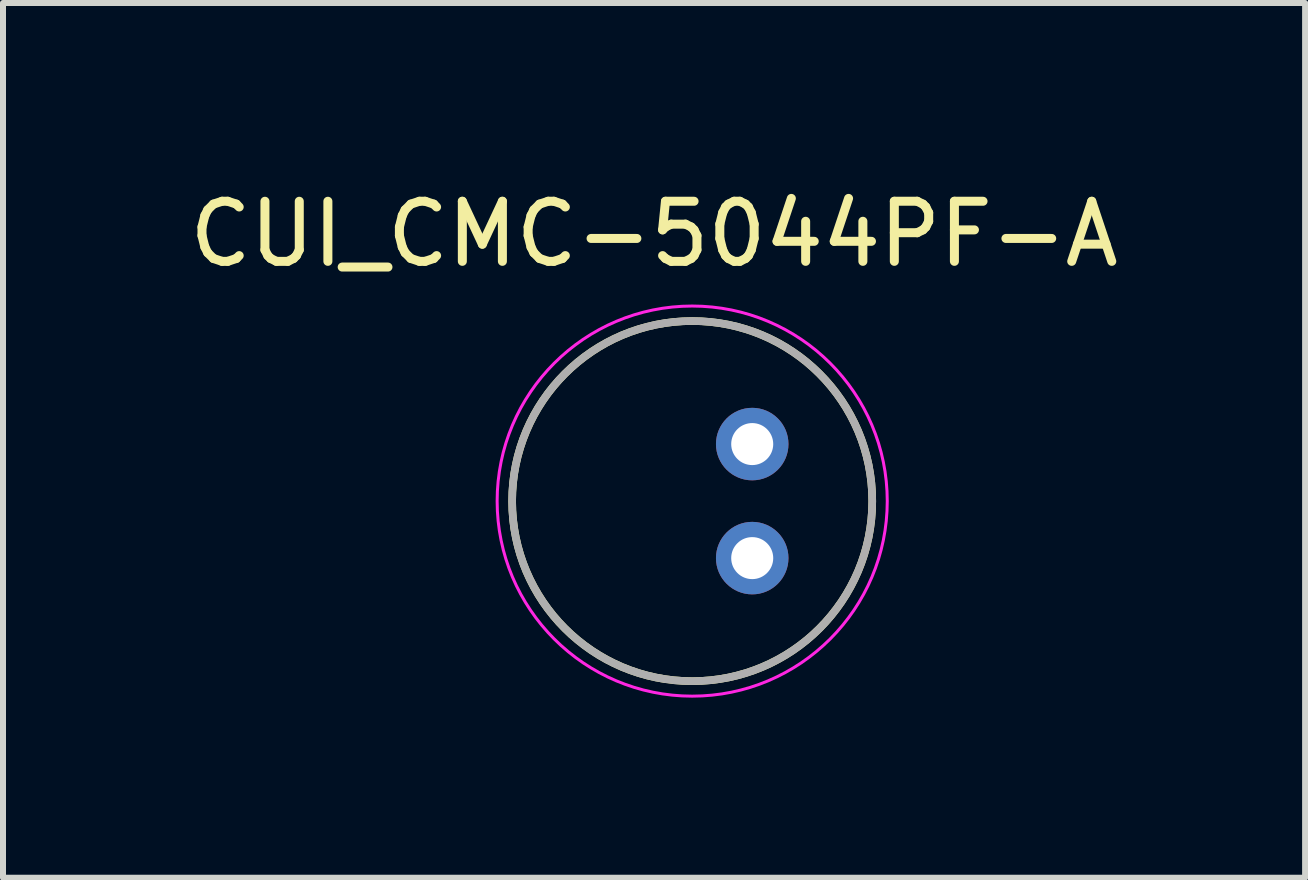
<source format=kicad_pcb>
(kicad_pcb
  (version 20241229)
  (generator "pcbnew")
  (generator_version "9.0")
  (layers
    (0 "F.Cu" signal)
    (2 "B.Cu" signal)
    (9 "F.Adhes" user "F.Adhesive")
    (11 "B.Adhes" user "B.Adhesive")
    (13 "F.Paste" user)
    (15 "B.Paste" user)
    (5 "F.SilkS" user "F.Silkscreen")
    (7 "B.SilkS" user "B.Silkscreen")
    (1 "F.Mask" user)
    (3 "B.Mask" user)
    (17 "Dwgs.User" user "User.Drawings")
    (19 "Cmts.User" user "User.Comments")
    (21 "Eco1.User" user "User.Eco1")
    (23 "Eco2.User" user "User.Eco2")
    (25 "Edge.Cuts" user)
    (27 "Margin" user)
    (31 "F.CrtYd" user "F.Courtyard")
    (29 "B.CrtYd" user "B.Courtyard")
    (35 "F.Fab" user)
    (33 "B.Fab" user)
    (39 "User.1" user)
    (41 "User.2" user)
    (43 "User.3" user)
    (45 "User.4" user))
  (footprint "CUI_CMC-5044PF-A"
    (layer "F.Cu")
    (at 8.483 5.299)
    (property "Reference" "CUI_CMC-5044PF-A" (at -0.636 -4.45 0) (layer "F.SilkS") (effects (font (size 1.001 1.001) (thickness 0.15))))
    (attr through_hole)
    (fp_circle (center 0 0) (end 3 0) (stroke (width 0.127) (type solid)) (fill no) (layer "F.SilkS"))
    (fp_circle (center 0 0) (end 3.25 0) (stroke (width 0.05) (type solid)) (fill no) (layer "F.CrtYd"))
    (fp_circle (center 0 0) (end 3 0) (stroke (width 0.127) (type solid)) (fill no) (layer "F.Fab"))
    (pad "GND" thru_hole circle (at 1 -0.95) (size 1.208 1.208) (drill 0.7) (layers "*.Cu" "*.Mask"))
    (pad "OUT" thru_hole circle (at 1 0.95) (size 1.208 1.208) (drill 0.7) (layers "*.Cu" "*.Mask")))
  (gr_rect
    (start -3 -3)
    (end 18.695 11.574)
    (stroke (width 0.1) (type default))
    (fill no)
    (layer "Edge.Cuts")))
</source>
